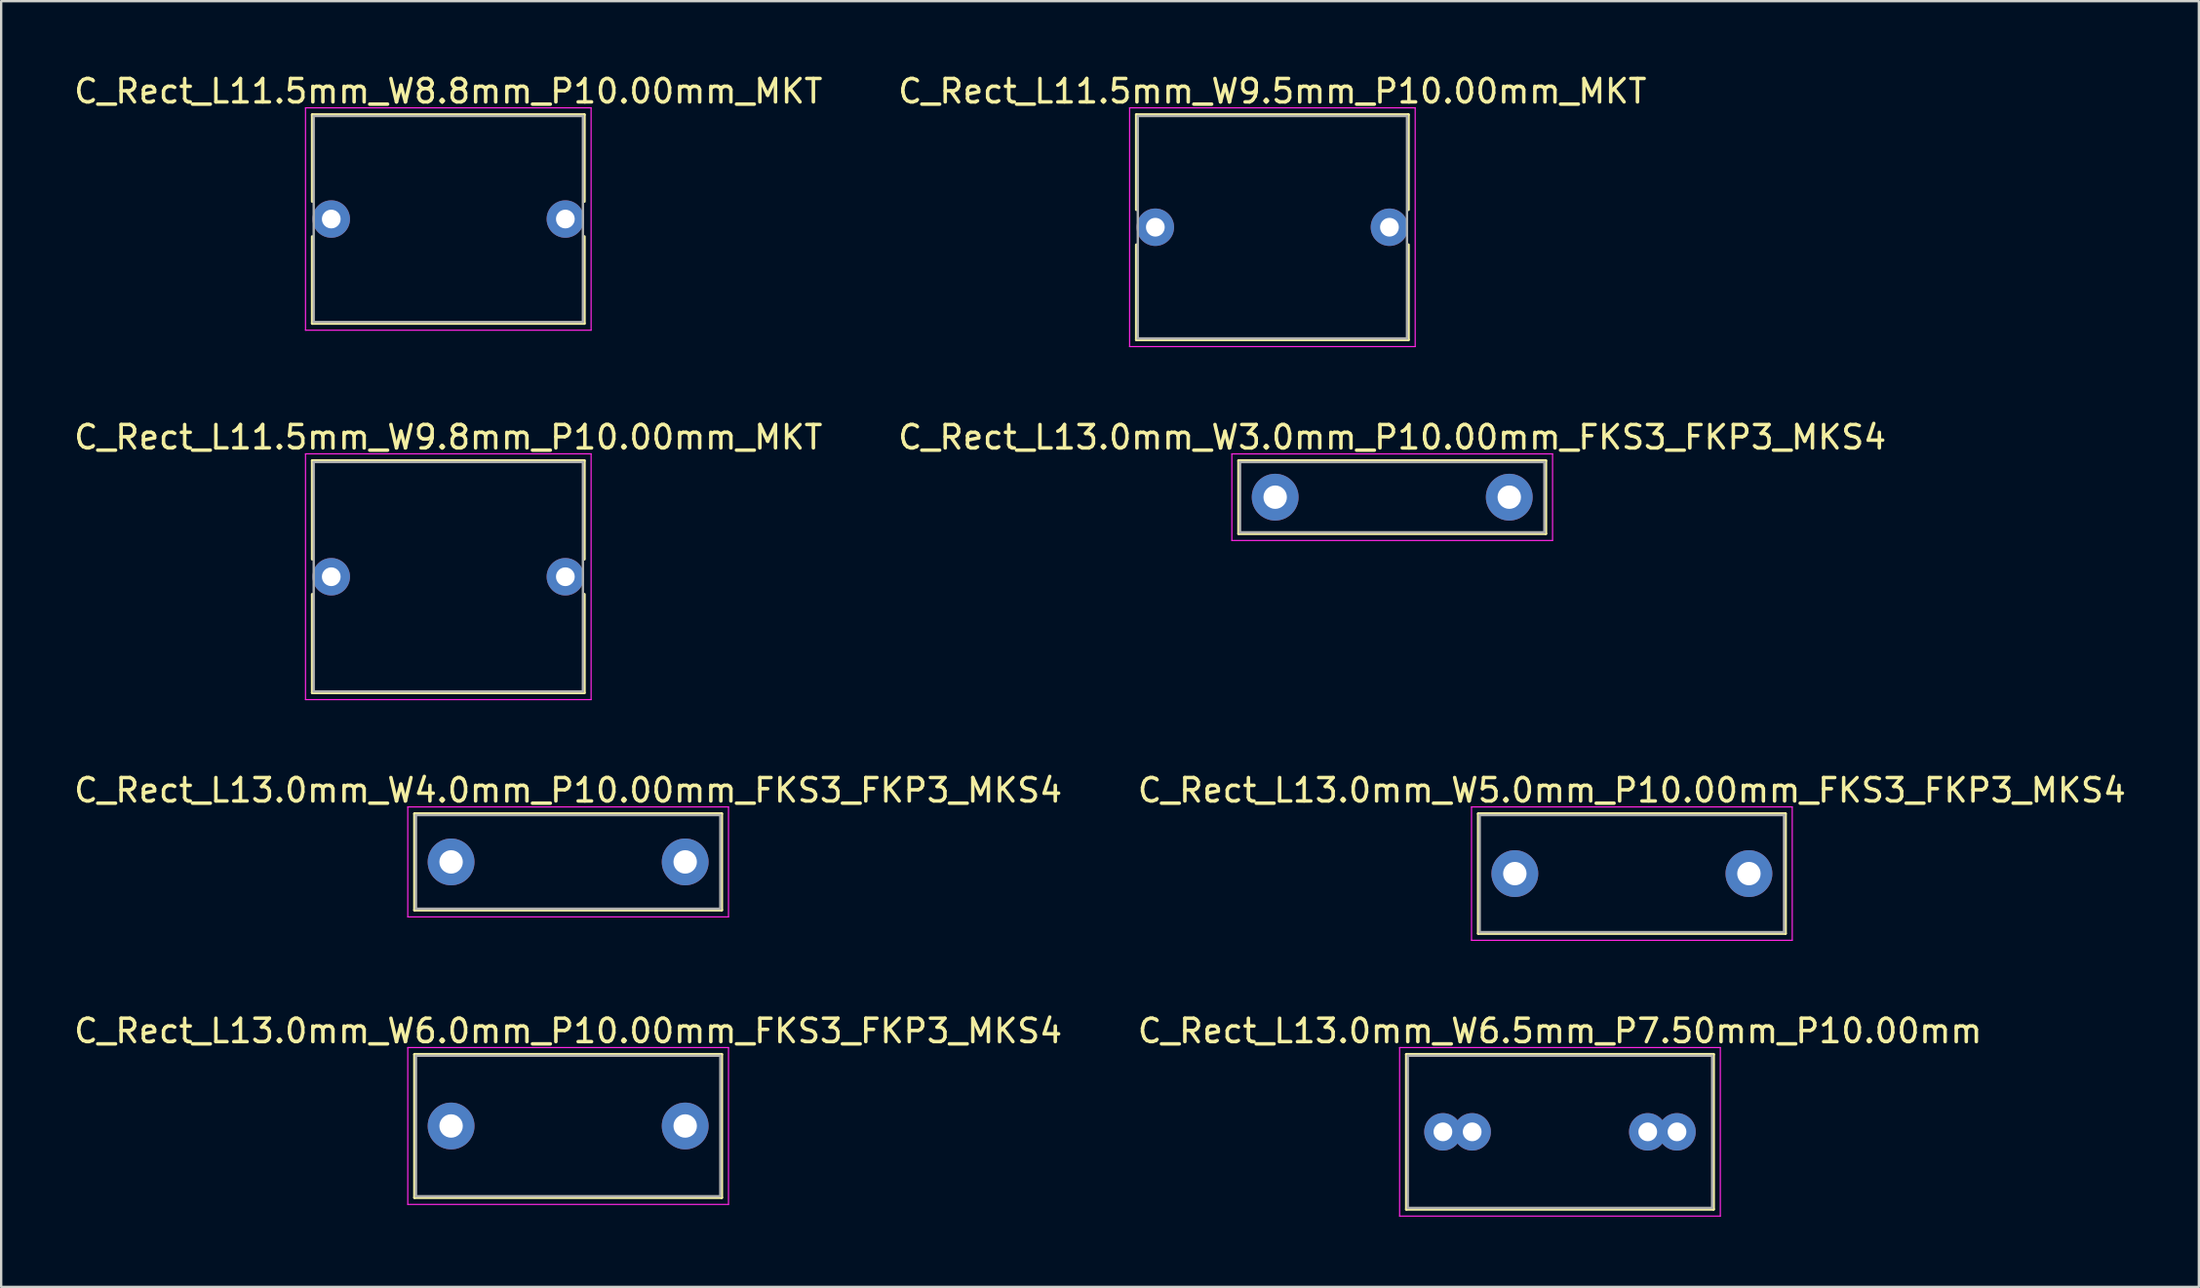
<source format=kicad_pcb>
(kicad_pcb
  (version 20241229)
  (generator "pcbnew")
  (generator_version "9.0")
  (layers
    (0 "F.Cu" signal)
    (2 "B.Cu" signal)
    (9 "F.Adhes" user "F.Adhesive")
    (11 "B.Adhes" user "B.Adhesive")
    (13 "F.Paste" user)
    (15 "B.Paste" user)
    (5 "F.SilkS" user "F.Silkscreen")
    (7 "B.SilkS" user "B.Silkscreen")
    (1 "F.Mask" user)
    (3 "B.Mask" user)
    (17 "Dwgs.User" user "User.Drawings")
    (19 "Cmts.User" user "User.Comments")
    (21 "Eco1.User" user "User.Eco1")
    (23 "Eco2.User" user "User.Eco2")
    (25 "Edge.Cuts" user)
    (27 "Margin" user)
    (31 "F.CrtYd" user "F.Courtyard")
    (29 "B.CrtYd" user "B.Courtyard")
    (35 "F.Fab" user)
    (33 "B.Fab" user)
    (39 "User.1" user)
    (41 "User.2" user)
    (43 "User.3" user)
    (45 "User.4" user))
  (footprint "C_Rect_L13.0mm_W6.5mm_P7.50mm_P10.00mm"
    (layer "F.Cu")
    (at 58.589 45.308)
    (property "Reference" "C_Rect_L13.0mm_W6.5mm_P7.50mm_P10.00mm" (at 5 -4.31 0) (layer "F.SilkS") (effects (font (size 1 1) (thickness 0.15))))
    (attr through_hole)
    (fp_line (start -1.56 -3.31) (end -1.56 3.31) (stroke (width 0.12) (type solid)) (layer "F.SilkS"))
    (fp_line (start -1.56 -3.31) (end 11.56 -3.31) (stroke (width 0.12) (type solid)) (layer "F.SilkS"))
    (fp_line (start -1.56 3.31) (end 11.56 3.31) (stroke (width 0.12) (type solid)) (layer "F.SilkS"))
    (fp_line (start 11.56 -3.31) (end 11.56 3.31) (stroke (width 0.12) (type solid)) (layer "F.SilkS"))
    (fp_line (start -1.85 -3.6) (end -1.85 3.6) (stroke (width 0.05) (type solid)) (layer "F.CrtYd"))
    (fp_line (start -1.85 3.6) (end 11.85 3.6) (stroke (width 0.05) (type solid)) (layer "F.CrtYd"))
    (fp_line (start 11.85 -3.6) (end -1.85 -3.6) (stroke (width 0.05) (type solid)) (layer "F.CrtYd"))
    (fp_line (start 11.85 3.6) (end 11.85 -3.6) (stroke (width 0.05) (type solid)) (layer "F.CrtYd"))
    (fp_line (start -1.5 -3.25) (end -1.5 3.25) (stroke (width 0.1) (type solid)) (layer "F.Fab"))
    (fp_line (start -1.5 3.25) (end 11.5 3.25) (stroke (width 0.1) (type solid)) (layer "F.Fab"))
    (fp_line (start 11.5 -3.25) (end -1.5 -3.25) (stroke (width 0.1) (type solid)) (layer "F.Fab"))
    (fp_line (start 11.5 3.25) (end 11.5 -3.25) (stroke (width 0.1) (type solid)) (layer "F.Fab"))
    (pad "1" thru_hole circle (at 0 0) (size 1.6 1.6) (drill 0.8) (layers "*.Cu" "*.Mask"))
    (pad "1" thru_hole circle (at 1.25 0) (size 1.6 1.6) (drill 0.8) (layers "*.Cu" "*.Mask"))
    (pad "2" thru_hole circle (at 8.75 0) (size 1.6 1.6) (drill 0.8) (layers "*.Cu" "*.Mask"))
    (pad "2" thru_hole circle (at 10 0) (size 1.6 1.6) (drill 0.8) (layers "*.Cu" "*.Mask")))
  (footprint "C_Rect_L13.0mm_W5.0mm_P10.00mm_FKS3_FKP3_MKS4"
    (layer "F.Cu")
    (at 61.661 34.275)
    (property "Reference" "C_Rect_L13.0mm_W5.0mm_P10.00mm_FKS3_FKP3_MKS4" (at 5 -3.56 0) (layer "F.SilkS") (effects (font (size 1 1) (thickness 0.15))))
    (attr through_hole)
    (fp_line (start -1.56 -2.56) (end -1.56 2.56) (stroke (width 0.12) (type solid)) (layer "F.SilkS"))
    (fp_line (start -1.56 -2.56) (end 11.56 -2.56) (stroke (width 0.12) (type solid)) (layer "F.SilkS"))
    (fp_line (start -1.56 2.56) (end 11.56 2.56) (stroke (width 0.12) (type solid)) (layer "F.SilkS"))
    (fp_line (start 11.56 -2.56) (end 11.56 2.56) (stroke (width 0.12) (type solid)) (layer "F.SilkS"))
    (fp_line (start -1.85 -2.85) (end -1.85 2.85) (stroke (width 0.05) (type solid)) (layer "F.CrtYd"))
    (fp_line (start -1.85 2.85) (end 11.85 2.85) (stroke (width 0.05) (type solid)) (layer "F.CrtYd"))
    (fp_line (start 11.85 -2.85) (end -1.85 -2.85) (stroke (width 0.05) (type solid)) (layer "F.CrtYd"))
    (fp_line (start 11.85 2.85) (end 11.85 -2.85) (stroke (width 0.05) (type solid)) (layer "F.CrtYd"))
    (fp_line (start -1.5 -2.5) (end -1.5 2.5) (stroke (width 0.1) (type solid)) (layer "F.Fab"))
    (fp_line (start -1.5 2.5) (end 11.5 2.5) (stroke (width 0.1) (type solid)) (layer "F.Fab"))
    (fp_line (start 11.5 -2.5) (end -1.5 -2.5) (stroke (width 0.1) (type solid)) (layer "F.Fab"))
    (fp_line (start 11.5 2.5) (end 11.5 -2.5) (stroke (width 0.1) (type solid)) (layer "F.Fab"))
    (pad "1" thru_hole circle (at 0 0) (size 2 2) (drill 1) (layers "*.Cu" "*.Mask"))
    (pad "2" thru_hole circle (at 10 0) (size 2 2) (drill 1) (layers "*.Cu" "*.Mask")))
  (footprint "C_Rect_L11.5mm_W8.8mm_P10.00mm_MKT"
    (layer "F.Cu")
    (at 11.101 6.308)
    (property "Reference" "C_Rect_L11.5mm_W8.8mm_P10.00mm_MKT" (at 5 -5.46 0) (layer "F.SilkS") (effects (font (size 1 1) (thickness 0.15))))
    (attr through_hole)
    (fp_line (start -0.81 -4.46) (end -0.81 -0.75) (stroke (width 0.12) (type solid)) (layer "F.SilkS"))
    (fp_line (start -0.81 -4.46) (end 10.81 -4.46) (stroke (width 0.12) (type solid)) (layer "F.SilkS"))
    (fp_line (start -0.81 0.75) (end -0.81 4.46) (stroke (width 0.12) (type solid)) (layer "F.SilkS"))
    (fp_line (start -0.81 4.46) (end 10.81 4.46) (stroke (width 0.12) (type solid)) (layer "F.SilkS"))
    (fp_line (start 10.81 -4.46) (end 10.81 -0.75) (stroke (width 0.12) (type solid)) (layer "F.SilkS"))
    (fp_line (start 10.81 0.75) (end 10.81 4.46) (stroke (width 0.12) (type solid)) (layer "F.SilkS"))
    (fp_line (start -1.1 -4.75) (end -1.1 4.75) (stroke (width 0.05) (type solid)) (layer "F.CrtYd"))
    (fp_line (start -1.1 4.75) (end 11.1 4.75) (stroke (width 0.05) (type solid)) (layer "F.CrtYd"))
    (fp_line (start 11.1 -4.75) (end -1.1 -4.75) (stroke (width 0.05) (type solid)) (layer "F.CrtYd"))
    (fp_line (start 11.1 4.75) (end 11.1 -4.75) (stroke (width 0.05) (type solid)) (layer "F.CrtYd"))
    (fp_line (start -0.75 -4.4) (end -0.75 4.4) (stroke (width 0.1) (type solid)) (layer "F.Fab"))
    (fp_line (start -0.75 4.4) (end 10.75 4.4) (stroke (width 0.1) (type solid)) (layer "F.Fab"))
    (fp_line (start 10.75 -4.4) (end -0.75 -4.4) (stroke (width 0.1) (type solid)) (layer "F.Fab"))
    (fp_line (start 10.75 4.4) (end 10.75 -4.4) (stroke (width 0.1) (type solid)) (layer "F.Fab"))
    (pad "1" thru_hole circle (at 0 0) (size 1.6 1.6) (drill 0.8) (layers "*.Cu" "*.Mask"))
    (pad "2" thru_hole circle (at 10 0) (size 1.6 1.6) (drill 0.8) (layers "*.Cu" "*.Mask")))
  (footprint "C_Rect_L13.0mm_W6.0mm_P10.00mm_FKS3_FKP3_MKS4"
    (layer "F.Cu")
    (at 16.22 45.058)
    (property "Reference" "C_Rect_L13.0mm_W6.0mm_P10.00mm_FKS3_FKP3_MKS4" (at 5 -4.06 0) (layer "F.SilkS") (effects (font (size 1 1) (thickness 0.15))))
    (attr through_hole)
    (fp_line (start -1.56 -3.06) (end -1.56 3.06) (stroke (width 0.12) (type solid)) (layer "F.SilkS"))
    (fp_line (start -1.56 -3.06) (end 11.56 -3.06) (stroke (width 0.12) (type solid)) (layer "F.SilkS"))
    (fp_line (start -1.56 3.06) (end 11.56 3.06) (stroke (width 0.12) (type solid)) (layer "F.SilkS"))
    (fp_line (start 11.56 -3.06) (end 11.56 3.06) (stroke (width 0.12) (type solid)) (layer "F.SilkS"))
    (fp_line (start -1.85 -3.35) (end -1.85 3.35) (stroke (width 0.05) (type solid)) (layer "F.CrtYd"))
    (fp_line (start -1.85 3.35) (end 11.85 3.35) (stroke (width 0.05) (type solid)) (layer "F.CrtYd"))
    (fp_line (start 11.85 -3.35) (end -1.85 -3.35) (stroke (width 0.05) (type solid)) (layer "F.CrtYd"))
    (fp_line (start 11.85 3.35) (end 11.85 -3.35) (stroke (width 0.05) (type solid)) (layer "F.CrtYd"))
    (fp_line (start -1.5 -3) (end -1.5 3) (stroke (width 0.1) (type solid)) (layer "F.Fab"))
    (fp_line (start -1.5 3) (end 11.5 3) (stroke (width 0.1) (type solid)) (layer "F.Fab"))
    (fp_line (start 11.5 -3) (end -1.5 -3) (stroke (width 0.1) (type solid)) (layer "F.Fab"))
    (fp_line (start 11.5 3) (end 11.5 -3) (stroke (width 0.1) (type solid)) (layer "F.Fab"))
    (pad "1" thru_hole circle (at 0 0) (size 2 2) (drill 1) (layers "*.Cu" "*.Mask"))
    (pad "2" thru_hole circle (at 10 0) (size 2 2) (drill 1) (layers "*.Cu" "*.Mask")))
  (footprint "C_Rect_L13.0mm_W3.0mm_P10.00mm_FKS3_FKP3_MKS4"
    (layer "F.Cu")
    (at 51.423 18.192)
    (property "Reference" "C_Rect_L13.0mm_W3.0mm_P10.00mm_FKS3_FKP3_MKS4" (at 5 -2.56 0) (layer "F.SilkS") (effects (font (size 1 1) (thickness 0.15))))
    (attr through_hole)
    (fp_line (start -1.56 -1.56) (end -1.56 1.56) (stroke (width 0.12) (type solid)) (layer "F.SilkS"))
    (fp_line (start -1.56 -1.56) (end 11.56 -1.56) (stroke (width 0.12) (type solid)) (layer "F.SilkS"))
    (fp_line (start -1.56 1.56) (end 11.56 1.56) (stroke (width 0.12) (type solid)) (layer "F.SilkS"))
    (fp_line (start 11.56 -1.56) (end 11.56 1.56) (stroke (width 0.12) (type solid)) (layer "F.SilkS"))
    (fp_line (start -1.85 -1.85) (end -1.85 1.85) (stroke (width 0.05) (type solid)) (layer "F.CrtYd"))
    (fp_line (start -1.85 1.85) (end 11.85 1.85) (stroke (width 0.05) (type solid)) (layer "F.CrtYd"))
    (fp_line (start 11.85 -1.85) (end -1.85 -1.85) (stroke (width 0.05) (type solid)) (layer "F.CrtYd"))
    (fp_line (start 11.85 1.85) (end 11.85 -1.85) (stroke (width 0.05) (type solid)) (layer "F.CrtYd"))
    (fp_line (start -1.5 -1.5) (end -1.5 1.5) (stroke (width 0.1) (type solid)) (layer "F.Fab"))
    (fp_line (start -1.5 1.5) (end 11.5 1.5) (stroke (width 0.1) (type solid)) (layer "F.Fab"))
    (fp_line (start 11.5 -1.5) (end -1.5 -1.5) (stroke (width 0.1) (type solid)) (layer "F.Fab"))
    (fp_line (start 11.5 1.5) (end 11.5 -1.5) (stroke (width 0.1) (type solid)) (layer "F.Fab"))
    (pad "1" thru_hole circle (at 0 0) (size 2 2) (drill 1) (layers "*.Cu" "*.Mask"))
    (pad "2" thru_hole circle (at 10 0) (size 2 2) (drill 1) (layers "*.Cu" "*.Mask")))
  (footprint "C_Rect_L11.5mm_W9.8mm_P10.00mm_MKT"
    (layer "F.Cu")
    (at 11.101 21.591)
    (property "Reference" "C_Rect_L11.5mm_W9.8mm_P10.00mm_MKT" (at 5 -5.96 0) (layer "F.SilkS") (effects (font (size 1 1) (thickness 0.15))))
    (attr through_hole)
    (fp_line (start -0.81 -4.96) (end -0.81 -0.75) (stroke (width 0.12) (type solid)) (layer "F.SilkS"))
    (fp_line (start -0.81 -4.96) (end 10.81 -4.96) (stroke (width 0.12) (type solid)) (layer "F.SilkS"))
    (fp_line (start -0.81 0.75) (end -0.81 4.96) (stroke (width 0.12) (type solid)) (layer "F.SilkS"))
    (fp_line (start -0.81 4.96) (end 10.81 4.96) (stroke (width 0.12) (type solid)) (layer "F.SilkS"))
    (fp_line (start 10.81 -4.96) (end 10.81 -0.75) (stroke (width 0.12) (type solid)) (layer "F.SilkS"))
    (fp_line (start 10.81 0.75) (end 10.81 4.96) (stroke (width 0.12) (type solid)) (layer "F.SilkS"))
    (fp_line (start -1.1 -5.25) (end -1.1 5.25) (stroke (width 0.05) (type solid)) (layer "F.CrtYd"))
    (fp_line (start -1.1 5.25) (end 11.1 5.25) (stroke (width 0.05) (type solid)) (layer "F.CrtYd"))
    (fp_line (start 11.1 -5.25) (end -1.1 -5.25) (stroke (width 0.05) (type solid)) (layer "F.CrtYd"))
    (fp_line (start 11.1 5.25) (end 11.1 -5.25) (stroke (width 0.05) (type solid)) (layer "F.CrtYd"))
    (fp_line (start -0.75 -4.9) (end -0.75 4.9) (stroke (width 0.1) (type solid)) (layer "F.Fab"))
    (fp_line (start -0.75 4.9) (end 10.75 4.9) (stroke (width 0.1) (type solid)) (layer "F.Fab"))
    (fp_line (start 10.75 -4.9) (end -0.75 -4.9) (stroke (width 0.1) (type solid)) (layer "F.Fab"))
    (fp_line (start 10.75 4.9) (end 10.75 -4.9) (stroke (width 0.1) (type solid)) (layer "F.Fab"))
    (pad "1" thru_hole circle (at 0 0) (size 1.6 1.6) (drill 0.8) (layers "*.Cu" "*.Mask"))
    (pad "2" thru_hole circle (at 10 0) (size 1.6 1.6) (drill 0.8) (layers "*.Cu" "*.Mask")))
  (footprint "C_Rect_L11.5mm_W9.5mm_P10.00mm_MKT"
    (layer "F.Cu")
    (at 46.304 6.658)
    (property "Reference" "C_Rect_L11.5mm_W9.5mm_P10.00mm_MKT" (at 5 -5.81 0) (layer "F.SilkS") (effects (font (size 1 1) (thickness 0.15))))
    (attr through_hole)
    (fp_line (start -0.81 -4.81) (end -0.81 -0.75) (stroke (width 0.12) (type solid)) (layer "F.SilkS"))
    (fp_line (start -0.81 -4.81) (end 10.81 -4.81) (stroke (width 0.12) (type solid)) (layer "F.SilkS"))
    (fp_line (start -0.81 0.75) (end -0.81 4.81) (stroke (width 0.12) (type solid)) (layer "F.SilkS"))
    (fp_line (start -0.81 4.81) (end 10.81 4.81) (stroke (width 0.12) (type solid)) (layer "F.SilkS"))
    (fp_line (start 10.81 -4.81) (end 10.81 -0.75) (stroke (width 0.12) (type solid)) (layer "F.SilkS"))
    (fp_line (start 10.81 0.75) (end 10.81 4.81) (stroke (width 0.12) (type solid)) (layer "F.SilkS"))
    (fp_line (start -1.1 -5.1) (end -1.1 5.1) (stroke (width 0.05) (type solid)) (layer "F.CrtYd"))
    (fp_line (start -1.1 5.1) (end 11.1 5.1) (stroke (width 0.05) (type solid)) (layer "F.CrtYd"))
    (fp_line (start 11.1 -5.1) (end -1.1 -5.1) (stroke (width 0.05) (type solid)) (layer "F.CrtYd"))
    (fp_line (start 11.1 5.1) (end 11.1 -5.1) (stroke (width 0.05) (type solid)) (layer "F.CrtYd"))
    (fp_line (start -0.75 -4.75) (end -0.75 4.75) (stroke (width 0.1) (type solid)) (layer "F.Fab"))
    (fp_line (start -0.75 4.75) (end 10.75 4.75) (stroke (width 0.1) (type solid)) (layer "F.Fab"))
    (fp_line (start 10.75 -4.75) (end -0.75 -4.75) (stroke (width 0.1) (type solid)) (layer "F.Fab"))
    (fp_line (start 10.75 4.75) (end 10.75 -4.75) (stroke (width 0.1) (type solid)) (layer "F.Fab"))
    (pad "1" thru_hole circle (at 0 0) (size 1.6 1.6) (drill 0.8) (layers "*.Cu" "*.Mask"))
    (pad "2" thru_hole circle (at 10 0) (size 1.6 1.6) (drill 0.8) (layers "*.Cu" "*.Mask")))
  (footprint "C_Rect_L13.0mm_W4.0mm_P10.00mm_FKS3_FKP3_MKS4"
    (layer "F.Cu")
    (at 16.22 33.775)
    (property "Reference" "C_Rect_L13.0mm_W4.0mm_P10.00mm_FKS3_FKP3_MKS4" (at 5 -3.06 0) (layer "F.SilkS") (effects (font (size 1 1) (thickness 0.15))))
    (attr through_hole)
    (fp_line (start -1.56 -2.06) (end -1.56 2.06) (stroke (width 0.12) (type solid)) (layer "F.SilkS"))
    (fp_line (start -1.56 -2.06) (end 11.56 -2.06) (stroke (width 0.12) (type solid)) (layer "F.SilkS"))
    (fp_line (start -1.56 2.06) (end 11.56 2.06) (stroke (width 0.12) (type solid)) (layer "F.SilkS"))
    (fp_line (start 11.56 -2.06) (end 11.56 2.06) (stroke (width 0.12) (type solid)) (layer "F.SilkS"))
    (fp_line (start -1.85 -2.35) (end -1.85 2.35) (stroke (width 0.05) (type solid)) (layer "F.CrtYd"))
    (fp_line (start -1.85 2.35) (end 11.85 2.35) (stroke (width 0.05) (type solid)) (layer "F.CrtYd"))
    (fp_line (start 11.85 -2.35) (end -1.85 -2.35) (stroke (width 0.05) (type solid)) (layer "F.CrtYd"))
    (fp_line (start 11.85 2.35) (end 11.85 -2.35) (stroke (width 0.05) (type solid)) (layer "F.CrtYd"))
    (fp_line (start -1.5 -2) (end -1.5 2) (stroke (width 0.1) (type solid)) (layer "F.Fab"))
    (fp_line (start -1.5 2) (end 11.5 2) (stroke (width 0.1) (type solid)) (layer "F.Fab"))
    (fp_line (start 11.5 -2) (end -1.5 -2) (stroke (width 0.1) (type solid)) (layer "F.Fab"))
    (fp_line (start 11.5 2) (end 11.5 -2) (stroke (width 0.1) (type solid)) (layer "F.Fab"))
    (pad "1" thru_hole circle (at 0 0) (size 2 2) (drill 1) (layers "*.Cu" "*.Mask"))
    (pad "2" thru_hole circle (at 10 0) (size 2 2) (drill 1) (layers "*.Cu" "*.Mask")))
  (gr_rect
    (start -3 -3)
    (end 90.881 51.933)
    (stroke (width 0.1) (type default))
    (fill no)
    (layer "Edge.Cuts")))
</source>
